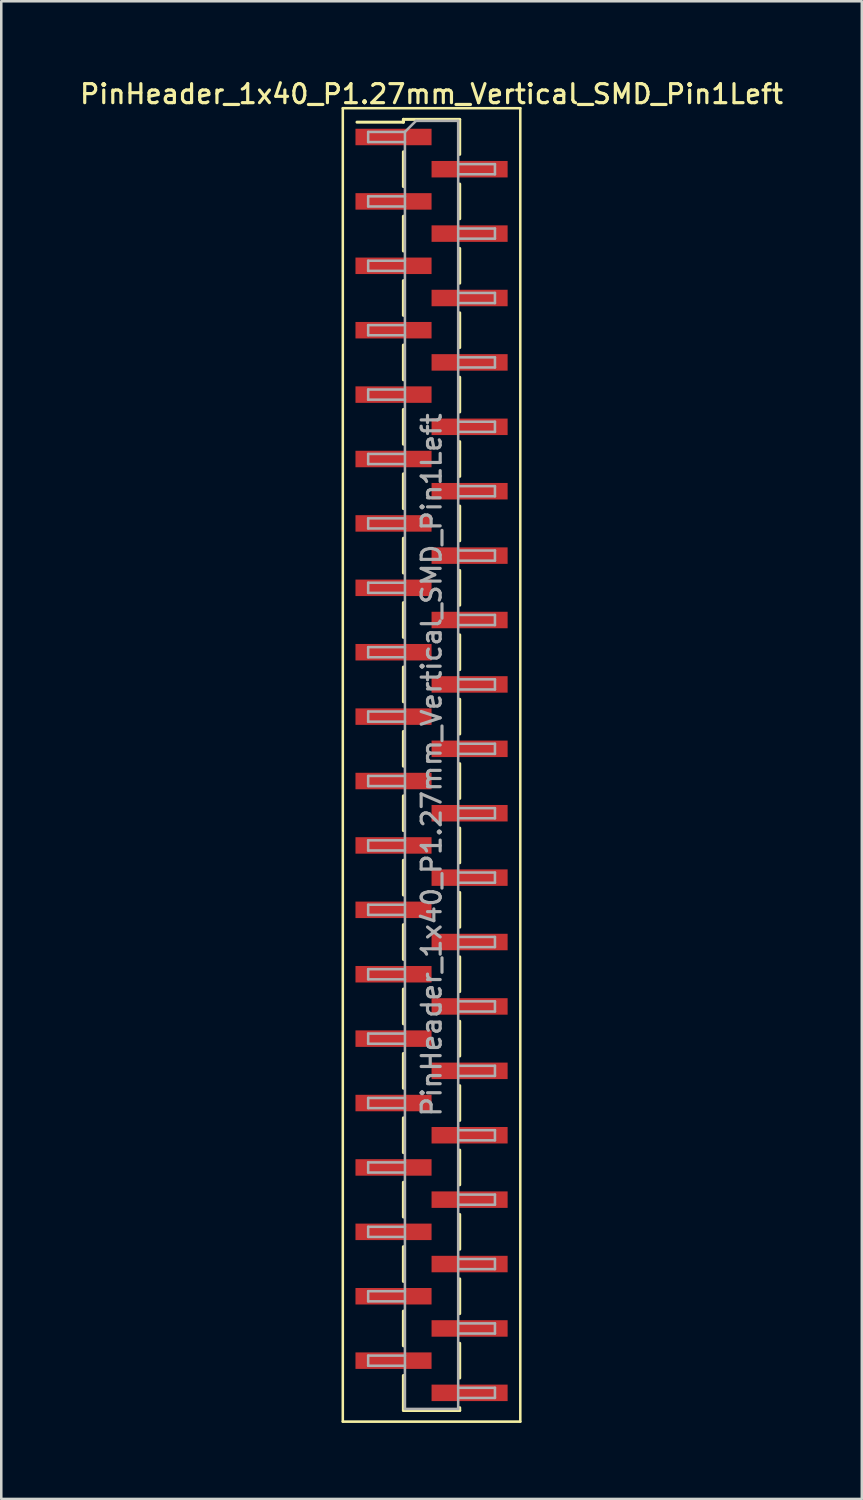
<source format=kicad_pcb>
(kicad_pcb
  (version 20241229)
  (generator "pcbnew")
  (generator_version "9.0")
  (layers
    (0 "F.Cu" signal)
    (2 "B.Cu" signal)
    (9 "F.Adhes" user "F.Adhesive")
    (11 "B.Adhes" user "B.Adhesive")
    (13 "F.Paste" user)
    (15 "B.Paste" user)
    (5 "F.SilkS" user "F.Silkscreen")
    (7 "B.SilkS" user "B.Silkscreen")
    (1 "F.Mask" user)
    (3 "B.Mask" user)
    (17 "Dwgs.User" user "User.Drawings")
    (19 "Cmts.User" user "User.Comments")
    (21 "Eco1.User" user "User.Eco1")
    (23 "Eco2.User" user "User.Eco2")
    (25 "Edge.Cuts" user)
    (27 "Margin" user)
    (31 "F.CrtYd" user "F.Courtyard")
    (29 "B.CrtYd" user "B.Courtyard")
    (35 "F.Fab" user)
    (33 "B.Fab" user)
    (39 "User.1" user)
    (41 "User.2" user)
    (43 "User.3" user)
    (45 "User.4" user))
  (footprint "PinHeader_1x40_P1.27mm_Vertical_SMD_Pin1Left"
    (layer "F.Cu")
    (at 13.97 27.118)
    (property "Reference" "PinHeader_1x40_P1.27mm_Vertical_SMD_Pin1Left" (at 0 -26.46 0) (layer "F.SilkS") (effects (font (size 0.75 0.75) (thickness 0.125))))
    (attr smd)
    (fp_line (start -3.5 -25.9) (end -3.5 25.9) (stroke (width 0.1) (type solid)) (layer "F.SilkS"))
    (fp_line (start -3.5 25.9) (end 3.5 25.9) (stroke (width 0.1) (type solid)) (layer "F.SilkS"))
    (fp_line (start -1.11 -25.46) (end -1.11 -25.35) (stroke (width 0.12) (type solid)) (layer "F.SilkS"))
    (fp_line (start -1.11 -25.46) (end 1.11 -25.46) (stroke (width 0.12) (type solid)) (layer "F.SilkS"))
    (fp_line (start -1.11 -25.35) (end -2.94 -25.35) (stroke (width 0.12) (type solid)) (layer "F.SilkS"))
    (fp_line (start -1.11 -24.18) (end -1.11 -22.81) (stroke (width 0.12) (type solid)) (layer "F.SilkS"))
    (fp_line (start -1.11 -21.64) (end -1.11 -20.27) (stroke (width 0.12) (type solid)) (layer "F.SilkS"))
    (fp_line (start -1.11 -19.1) (end -1.11 -17.73) (stroke (width 0.12) (type solid)) (layer "F.SilkS"))
    (fp_line (start -1.11 -16.56) (end -1.11 -15.19) (stroke (width 0.12) (type solid)) (layer "F.SilkS"))
    (fp_line (start -1.11 -14.02) (end -1.11 -12.65) (stroke (width 0.12) (type solid)) (layer "F.SilkS"))
    (fp_line (start -1.11 -11.48) (end -1.11 -10.11) (stroke (width 0.12) (type solid)) (layer "F.SilkS"))
    (fp_line (start -1.11 -8.94) (end -1.11 -7.57) (stroke (width 0.12) (type solid)) (layer "F.SilkS"))
    (fp_line (start -1.11 -6.4) (end -1.11 -5.03) (stroke (width 0.12) (type solid)) (layer "F.SilkS"))
    (fp_line (start -1.11 -3.86) (end -1.11 -2.49) (stroke (width 0.12) (type solid)) (layer "F.SilkS"))
    (fp_line (start -1.11 -1.32) (end -1.11 0.05) (stroke (width 0.12) (type solid)) (layer "F.SilkS"))
    (fp_line (start -1.11 1.22) (end -1.11 2.59) (stroke (width 0.12) (type solid)) (layer "F.SilkS"))
    (fp_line (start -1.11 3.76) (end -1.11 5.13) (stroke (width 0.12) (type solid)) (layer "F.SilkS"))
    (fp_line (start -1.11 6.3) (end -1.11 7.67) (stroke (width 0.12) (type solid)) (layer "F.SilkS"))
    (fp_line (start -1.11 8.84) (end -1.11 10.21) (stroke (width 0.12) (type solid)) (layer "F.SilkS"))
    (fp_line (start -1.11 11.38) (end -1.11 12.75) (stroke (width 0.12) (type solid)) (layer "F.SilkS"))
    (fp_line (start -1.11 13.92) (end -1.11 15.29) (stroke (width 0.12) (type solid)) (layer "F.SilkS"))
    (fp_line (start -1.11 16.46) (end -1.11 17.83) (stroke (width 0.12) (type solid)) (layer "F.SilkS"))
    (fp_line (start -1.11 19) (end -1.11 20.37) (stroke (width 0.12) (type solid)) (layer "F.SilkS"))
    (fp_line (start -1.11 21.54) (end -1.11 22.91) (stroke (width 0.12) (type solid)) (layer "F.SilkS"))
    (fp_line (start -1.11 24.08) (end -1.11 25.45) (stroke (width 0.12) (type solid)) (layer "F.SilkS"))
    (fp_line (start -1.11 25.46) (end 1.11 25.46) (stroke (width 0.12) (type solid)) (layer "F.SilkS"))
    (fp_line (start 1.11 -25.45) (end 1.11 -24.08) (stroke (width 0.12) (type solid)) (layer "F.SilkS"))
    (fp_line (start 1.11 -22.91) (end 1.11 -21.54) (stroke (width 0.12) (type solid)) (layer "F.SilkS"))
    (fp_line (start 1.11 -20.37) (end 1.11 -19) (stroke (width 0.12) (type solid)) (layer "F.SilkS"))
    (fp_line (start 1.11 -17.83) (end 1.11 -16.46) (stroke (width 0.12) (type solid)) (layer "F.SilkS"))
    (fp_line (start 1.11 -15.29) (end 1.11 -13.92) (stroke (width 0.12) (type solid)) (layer "F.SilkS"))
    (fp_line (start 1.11 -12.75) (end 1.11 -11.38) (stroke (width 0.12) (type solid)) (layer "F.SilkS"))
    (fp_line (start 1.11 -10.21) (end 1.11 -8.84) (stroke (width 0.12) (type solid)) (layer "F.SilkS"))
    (fp_line (start 1.11 -7.67) (end 1.11 -6.3) (stroke (width 0.12) (type solid)) (layer "F.SilkS"))
    (fp_line (start 1.11 -5.13) (end 1.11 -3.76) (stroke (width 0.12) (type solid)) (layer "F.SilkS"))
    (fp_line (start 1.11 -2.59) (end 1.11 -1.22) (stroke (width 0.12) (type solid)) (layer "F.SilkS"))
    (fp_line (start 1.11 -0.05) (end 1.11 1.32) (stroke (width 0.12) (type solid)) (layer "F.SilkS"))
    (fp_line (start 1.11 2.49) (end 1.11 3.86) (stroke (width 0.12) (type solid)) (layer "F.SilkS"))
    (fp_line (start 1.11 5.03) (end 1.11 6.4) (stroke (width 0.12) (type solid)) (layer "F.SilkS"))
    (fp_line (start 1.11 7.57) (end 1.11 8.94) (stroke (width 0.12) (type solid)) (layer "F.SilkS"))
    (fp_line (start 1.11 10.11) (end 1.11 11.48) (stroke (width 0.12) (type solid)) (layer "F.SilkS"))
    (fp_line (start 1.11 12.65) (end 1.11 14.02) (stroke (width 0.12) (type solid)) (layer "F.SilkS"))
    (fp_line (start 1.11 15.19) (end 1.11 16.56) (stroke (width 0.12) (type solid)) (layer "F.SilkS"))
    (fp_line (start 1.11 17.73) (end 1.11 19.1) (stroke (width 0.12) (type solid)) (layer "F.SilkS"))
    (fp_line (start 1.11 20.27) (end 1.11 21.64) (stroke (width 0.12) (type solid)) (layer "F.SilkS"))
    (fp_line (start 1.11 22.81) (end 1.11 24.18) (stroke (width 0.12) (type solid)) (layer "F.SilkS"))
    (fp_line (start 1.11 25.35) (end 1.11 25.46) (stroke (width 0.12) (type solid)) (layer "F.SilkS"))
    (fp_line (start 3.5 -25.9) (end -3.5 -25.9) (stroke (width 0.1) (type solid)) (layer "F.SilkS"))
    (fp_line (start 3.5 25.9) (end 3.5 -25.9) (stroke (width 0.1) (type solid)) (layer "F.SilkS"))
    (fp_line (start -2.5 -24.965) (end -2.5 -24.565) (stroke (width 0.1) (type solid)) (layer "F.Fab"))
    (fp_line (start -2.5 -24.565) (end -1.05 -24.565) (stroke (width 0.1) (type solid)) (layer "F.Fab"))
    (fp_line (start -2.5 -22.425) (end -2.5 -22.025) (stroke (width 0.1) (type solid)) (layer "F.Fab"))
    (fp_line (start -2.5 -22.025) (end -1.05 -22.025) (stroke (width 0.1) (type solid)) (layer "F.Fab"))
    (fp_line (start -2.5 -19.885) (end -2.5 -19.485) (stroke (width 0.1) (type solid)) (layer "F.Fab"))
    (fp_line (start -2.5 -19.485) (end -1.05 -19.485) (stroke (width 0.1) (type solid)) (layer "F.Fab"))
    (fp_line (start -2.5 -17.345) (end -2.5 -16.945) (stroke (width 0.1) (type solid)) (layer "F.Fab"))
    (fp_line (start -2.5 -16.945) (end -1.05 -16.945) (stroke (width 0.1) (type solid)) (layer "F.Fab"))
    (fp_line (start -2.5 -14.805) (end -2.5 -14.405) (stroke (width 0.1) (type solid)) (layer "F.Fab"))
    (fp_line (start -2.5 -14.405) (end -1.05 -14.405) (stroke (width 0.1) (type solid)) (layer "F.Fab"))
    (fp_line (start -2.5 -12.265) (end -2.5 -11.865) (stroke (width 0.1) (type solid)) (layer "F.Fab"))
    (fp_line (start -2.5 -11.865) (end -1.05 -11.865) (stroke (width 0.1) (type solid)) (layer "F.Fab"))
    (fp_line (start -2.5 -9.725) (end -2.5 -9.325) (stroke (width 0.1) (type solid)) (layer "F.Fab"))
    (fp_line (start -2.5 -9.325) (end -1.05 -9.325) (stroke (width 0.1) (type solid)) (layer "F.Fab"))
    (fp_line (start -2.5 -7.185) (end -2.5 -6.785) (stroke (width 0.1) (type solid)) (layer "F.Fab"))
    (fp_line (start -2.5 -6.785) (end -1.05 -6.785) (stroke (width 0.1) (type solid)) (layer "F.Fab"))
    (fp_line (start -2.5 -4.645) (end -2.5 -4.245) (stroke (width 0.1) (type solid)) (layer "F.Fab"))
    (fp_line (start -2.5 -4.245) (end -1.05 -4.245) (stroke (width 0.1) (type solid)) (layer "F.Fab"))
    (fp_line (start -2.5 -2.105) (end -2.5 -1.705) (stroke (width 0.1) (type solid)) (layer "F.Fab"))
    (fp_line (start -2.5 -1.705) (end -1.05 -1.705) (stroke (width 0.1) (type solid)) (layer "F.Fab"))
    (fp_line (start -2.5 0.435) (end -2.5 0.835) (stroke (width 0.1) (type solid)) (layer "F.Fab"))
    (fp_line (start -2.5 0.835) (end -1.05 0.835) (stroke (width 0.1) (type solid)) (layer "F.Fab"))
    (fp_line (start -2.5 2.975) (end -2.5 3.375) (stroke (width 0.1) (type solid)) (layer "F.Fab"))
    (fp_line (start -2.5 3.375) (end -1.05 3.375) (stroke (width 0.1) (type solid)) (layer "F.Fab"))
    (fp_line (start -2.5 5.515) (end -2.5 5.915) (stroke (width 0.1) (type solid)) (layer "F.Fab"))
    (fp_line (start -2.5 5.915) (end -1.05 5.915) (stroke (width 0.1) (type solid)) (layer "F.Fab"))
    (fp_line (start -2.5 8.055) (end -2.5 8.455) (stroke (width 0.1) (type solid)) (layer "F.Fab"))
    (fp_line (start -2.5 8.455) (end -1.05 8.455) (stroke (width 0.1) (type solid)) (layer "F.Fab"))
    (fp_line (start -2.5 10.595) (end -2.5 10.995) (stroke (width 0.1) (type solid)) (layer "F.Fab"))
    (fp_line (start -2.5 10.995) (end -1.05 10.995) (stroke (width 0.1) (type solid)) (layer "F.Fab"))
    (fp_line (start -2.5 13.135) (end -2.5 13.535) (stroke (width 0.1) (type solid)) (layer "F.Fab"))
    (fp_line (start -2.5 13.535) (end -1.05 13.535) (stroke (width 0.1) (type solid)) (layer "F.Fab"))
    (fp_line (start -2.5 15.675) (end -2.5 16.075) (stroke (width 0.1) (type solid)) (layer "F.Fab"))
    (fp_line (start -2.5 16.075) (end -1.05 16.075) (stroke (width 0.1) (type solid)) (layer "F.Fab"))
    (fp_line (start -2.5 18.215) (end -2.5 18.615) (stroke (width 0.1) (type solid)) (layer "F.Fab"))
    (fp_line (start -2.5 18.615) (end -1.05 18.615) (stroke (width 0.1) (type solid)) (layer "F.Fab"))
    (fp_line (start -2.5 20.755) (end -2.5 21.155) (stroke (width 0.1) (type solid)) (layer "F.Fab"))
    (fp_line (start -2.5 21.155) (end -1.05 21.155) (stroke (width 0.1) (type solid)) (layer "F.Fab"))
    (fp_line (start -2.5 23.295) (end -2.5 23.695) (stroke (width 0.1) (type solid)) (layer "F.Fab"))
    (fp_line (start -2.5 23.695) (end -1.05 23.695) (stroke (width 0.1) (type solid)) (layer "F.Fab"))
    (fp_line (start -1.05 -24.965) (end -2.5 -24.965) (stroke (width 0.1) (type solid)) (layer "F.Fab"))
    (fp_line (start -1.05 -24.965) (end -0.615 -25.4) (stroke (width 0.1) (type solid)) (layer "F.Fab"))
    (fp_line (start -1.05 -22.425) (end -2.5 -22.425) (stroke (width 0.1) (type solid)) (layer "F.Fab"))
    (fp_line (start -1.05 -19.885) (end -2.5 -19.885) (stroke (width 0.1) (type solid)) (layer "F.Fab"))
    (fp_line (start -1.05 -17.345) (end -2.5 -17.345) (stroke (width 0.1) (type solid)) (layer "F.Fab"))
    (fp_line (start -1.05 -14.805) (end -2.5 -14.805) (stroke (width 0.1) (type solid)) (layer "F.Fab"))
    (fp_line (start -1.05 -12.265) (end -2.5 -12.265) (stroke (width 0.1) (type solid)) (layer "F.Fab"))
    (fp_line (start -1.05 -9.725) (end -2.5 -9.725) (stroke (width 0.1) (type solid)) (layer "F.Fab"))
    (fp_line (start -1.05 -7.185) (end -2.5 -7.185) (stroke (width 0.1) (type solid)) (layer "F.Fab"))
    (fp_line (start -1.05 -4.645) (end -2.5 -4.645) (stroke (width 0.1) (type solid)) (layer "F.Fab"))
    (fp_line (start -1.05 -2.105) (end -2.5 -2.105) (stroke (width 0.1) (type solid)) (layer "F.Fab"))
    (fp_line (start -1.05 0.435) (end -2.5 0.435) (stroke (width 0.1) (type solid)) (layer "F.Fab"))
    (fp_line (start -1.05 2.975) (end -2.5 2.975) (stroke (width 0.1) (type solid)) (layer "F.Fab"))
    (fp_line (start -1.05 5.515) (end -2.5 5.515) (stroke (width 0.1) (type solid)) (layer "F.Fab"))
    (fp_line (start -1.05 8.055) (end -2.5 8.055) (stroke (width 0.1) (type solid)) (layer "F.Fab"))
    (fp_line (start -1.05 10.595) (end -2.5 10.595) (stroke (width 0.1) (type solid)) (layer "F.Fab"))
    (fp_line (start -1.05 13.135) (end -2.5 13.135) (stroke (width 0.1) (type solid)) (layer "F.Fab"))
    (fp_line (start -1.05 15.675) (end -2.5 15.675) (stroke (width 0.1) (type solid)) (layer "F.Fab"))
    (fp_line (start -1.05 18.215) (end -2.5 18.215) (stroke (width 0.1) (type solid)) (layer "F.Fab"))
    (fp_line (start -1.05 20.755) (end -2.5 20.755) (stroke (width 0.1) (type solid)) (layer "F.Fab"))
    (fp_line (start -1.05 23.295) (end -2.5 23.295) (stroke (width 0.1) (type solid)) (layer "F.Fab"))
    (fp_line (start -1.05 25.4) (end -1.05 -24.965) (stroke (width 0.1) (type solid)) (layer "F.Fab"))
    (fp_line (start -0.615 -25.4) (end 1.05 -25.4) (stroke (width 0.1) (type solid)) (layer "F.Fab"))
    (fp_line (start 1.05 -25.4) (end 1.05 25.4) (stroke (width 0.1) (type solid)) (layer "F.Fab"))
    (fp_line (start 1.05 -23.695) (end 2.5 -23.695) (stroke (width 0.1) (type solid)) (layer "F.Fab"))
    (fp_line (start 1.05 -21.155) (end 2.5 -21.155) (stroke (width 0.1) (type solid)) (layer "F.Fab"))
    (fp_line (start 1.05 -18.615) (end 2.5 -18.615) (stroke (width 0.1) (type solid)) (layer "F.Fab"))
    (fp_line (start 1.05 -16.075) (end 2.5 -16.075) (stroke (width 0.1) (type solid)) (layer "F.Fab"))
    (fp_line (start 1.05 -13.535) (end 2.5 -13.535) (stroke (width 0.1) (type solid)) (layer "F.Fab"))
    (fp_line (start 1.05 -10.995) (end 2.5 -10.995) (stroke (width 0.1) (type solid)) (layer "F.Fab"))
    (fp_line (start 1.05 -8.455) (end 2.5 -8.455) (stroke (width 0.1) (type solid)) (layer "F.Fab"))
    (fp_line (start 1.05 -5.915) (end 2.5 -5.915) (stroke (width 0.1) (type solid)) (layer "F.Fab"))
    (fp_line (start 1.05 -3.375) (end 2.5 -3.375) (stroke (width 0.1) (type solid)) (layer "F.Fab"))
    (fp_line (start 1.05 -0.835) (end 2.5 -0.835) (stroke (width 0.1) (type solid)) (layer "F.Fab"))
    (fp_line (start 1.05 1.705) (end 2.5 1.705) (stroke (width 0.1) (type solid)) (layer "F.Fab"))
    (fp_line (start 1.05 4.245) (end 2.5 4.245) (stroke (width 0.1) (type solid)) (layer "F.Fab"))
    (fp_line (start 1.05 6.785) (end 2.5 6.785) (stroke (width 0.1) (type solid)) (layer "F.Fab"))
    (fp_line (start 1.05 9.325) (end 2.5 9.325) (stroke (width 0.1) (type solid)) (layer "F.Fab"))
    (fp_line (start 1.05 11.865) (end 2.5 11.865) (stroke (width 0.1) (type solid)) (layer "F.Fab"))
    (fp_line (start 1.05 14.405) (end 2.5 14.405) (stroke (width 0.1) (type solid)) (layer "F.Fab"))
    (fp_line (start 1.05 16.945) (end 2.5 16.945) (stroke (width 0.1) (type solid)) (layer "F.Fab"))
    (fp_line (start 1.05 19.485) (end 2.5 19.485) (stroke (width 0.1) (type solid)) (layer "F.Fab"))
    (fp_line (start 1.05 22.025) (end 2.5 22.025) (stroke (width 0.1) (type solid)) (layer "F.Fab"))
    (fp_line (start 1.05 24.565) (end 2.5 24.565) (stroke (width 0.1) (type solid)) (layer "F.Fab"))
    (fp_line (start 1.05 25.4) (end -1.05 25.4) (stroke (width 0.1) (type solid)) (layer "F.Fab"))
    (fp_line (start 2.5 -23.695) (end 2.5 -23.295) (stroke (width 0.1) (type solid)) (layer "F.Fab"))
    (fp_line (start 2.5 -23.295) (end 1.05 -23.295) (stroke (width 0.1) (type solid)) (layer "F.Fab"))
    (fp_line (start 2.5 -21.155) (end 2.5 -20.755) (stroke (width 0.1) (type solid)) (layer "F.Fab"))
    (fp_line (start 2.5 -20.755) (end 1.05 -20.755) (stroke (width 0.1) (type solid)) (layer "F.Fab"))
    (fp_line (start 2.5 -18.615) (end 2.5 -18.215) (stroke (width 0.1) (type solid)) (layer "F.Fab"))
    (fp_line (start 2.5 -18.215) (end 1.05 -18.215) (stroke (width 0.1) (type solid)) (layer "F.Fab"))
    (fp_line (start 2.5 -16.075) (end 2.5 -15.675) (stroke (width 0.1) (type solid)) (layer "F.Fab"))
    (fp_line (start 2.5 -15.675) (end 1.05 -15.675) (stroke (width 0.1) (type solid)) (layer "F.Fab"))
    (fp_line (start 2.5 -13.535) (end 2.5 -13.135) (stroke (width 0.1) (type solid)) (layer "F.Fab"))
    (fp_line (start 2.5 -13.135) (end 1.05 -13.135) (stroke (width 0.1) (type solid)) (layer "F.Fab"))
    (fp_line (start 2.5 -10.995) (end 2.5 -10.595) (stroke (width 0.1) (type solid)) (layer "F.Fab"))
    (fp_line (start 2.5 -10.595) (end 1.05 -10.595) (stroke (width 0.1) (type solid)) (layer "F.Fab"))
    (fp_line (start 2.5 -8.455) (end 2.5 -8.055) (stroke (width 0.1) (type solid)) (layer "F.Fab"))
    (fp_line (start 2.5 -8.055) (end 1.05 -8.055) (stroke (width 0.1) (type solid)) (layer "F.Fab"))
    (fp_line (start 2.5 -5.915) (end 2.5 -5.515) (stroke (width 0.1) (type solid)) (layer "F.Fab"))
    (fp_line (start 2.5 -5.515) (end 1.05 -5.515) (stroke (width 0.1) (type solid)) (layer "F.Fab"))
    (fp_line (start 2.5 -3.375) (end 2.5 -2.975) (stroke (width 0.1) (type solid)) (layer "F.Fab"))
    (fp_line (start 2.5 -2.975) (end 1.05 -2.975) (stroke (width 0.1) (type solid)) (layer "F.Fab"))
    (fp_line (start 2.5 -0.835) (end 2.5 -0.435) (stroke (width 0.1) (type solid)) (layer "F.Fab"))
    (fp_line (start 2.5 -0.435) (end 1.05 -0.435) (stroke (width 0.1) (type solid)) (layer "F.Fab"))
    (fp_line (start 2.5 1.705) (end 2.5 2.105) (stroke (width 0.1) (type solid)) (layer "F.Fab"))
    (fp_line (start 2.5 2.105) (end 1.05 2.105) (stroke (width 0.1) (type solid)) (layer "F.Fab"))
    (fp_line (start 2.5 4.245) (end 2.5 4.645) (stroke (width 0.1) (type solid)) (layer "F.Fab"))
    (fp_line (start 2.5 4.645) (end 1.05 4.645) (stroke (width 0.1) (type solid)) (layer "F.Fab"))
    (fp_line (start 2.5 6.785) (end 2.5 7.185) (stroke (width 0.1) (type solid)) (layer "F.Fab"))
    (fp_line (start 2.5 7.185) (end 1.05 7.185) (stroke (width 0.1) (type solid)) (layer "F.Fab"))
    (fp_line (start 2.5 9.325) (end 2.5 9.725) (stroke (width 0.1) (type solid)) (layer "F.Fab"))
    (fp_line (start 2.5 9.725) (end 1.05 9.725) (stroke (width 0.1) (type solid)) (layer "F.Fab"))
    (fp_line (start 2.5 11.865) (end 2.5 12.265) (stroke (width 0.1) (type solid)) (layer "F.Fab"))
    (fp_line (start 2.5 12.265) (end 1.05 12.265) (stroke (width 0.1) (type solid)) (layer "F.Fab"))
    (fp_line (start 2.5 14.405) (end 2.5 14.805) (stroke (width 0.1) (type solid)) (layer "F.Fab"))
    (fp_line (start 2.5 14.805) (end 1.05 14.805) (stroke (width 0.1) (type solid)) (layer "F.Fab"))
    (fp_line (start 2.5 16.945) (end 2.5 17.345) (stroke (width 0.1) (type solid)) (layer "F.Fab"))
    (fp_line (start 2.5 17.345) (end 1.05 17.345) (stroke (width 0.1) (type solid)) (layer "F.Fab"))
    (fp_line (start 2.5 19.485) (end 2.5 19.885) (stroke (width 0.1) (type solid)) (layer "F.Fab"))
    (fp_line (start 2.5 19.885) (end 1.05 19.885) (stroke (width 0.1) (type solid)) (layer "F.Fab"))
    (fp_line (start 2.5 22.025) (end 2.5 22.425) (stroke (width 0.1) (type solid)) (layer "F.Fab"))
    (fp_line (start 2.5 22.425) (end 1.05 22.425) (stroke (width 0.1) (type solid)) (layer "F.Fab"))
    (fp_line (start 2.5 24.565) (end 2.5 24.965) (stroke (width 0.1) (type solid)) (layer "F.Fab"))
    (fp_line (start 2.5 24.965) (end 1.05 24.965) (stroke (width 0.1) (type solid)) (layer "F.Fab"))
    (fp_text user "${REFERENCE}" (at 0 0 90) (layer "F.Fab") (effects (font (size 0.75 0.75) (thickness 0.125))))
    (pad "1" smd rect (at -1.5 -24.765) (size 3 0.65) (layers "F.Cu" "F.Mask" "F.Paste"))
    (pad "2" smd rect (at 1.5 -23.495) (size 3 0.65) (layers "F.Cu" "F.Mask" "F.Paste"))
    (pad "3" smd rect (at -1.5 -22.225) (size 3 0.65) (layers "F.Cu" "F.Mask" "F.Paste"))
    (pad "4" smd rect (at 1.5 -20.955) (size 3 0.65) (layers "F.Cu" "F.Mask" "F.Paste"))
    (pad "5" smd rect (at -1.5 -19.685) (size 3 0.65) (layers "F.Cu" "F.Mask" "F.Paste"))
    (pad "6" smd rect (at 1.5 -18.415) (size 3 0.65) (layers "F.Cu" "F.Mask" "F.Paste"))
    (pad "7" smd rect (at -1.5 -17.145) (size 3 0.65) (layers "F.Cu" "F.Mask" "F.Paste"))
    (pad "8" smd rect (at 1.5 -15.875) (size 3 0.65) (layers "F.Cu" "F.Mask" "F.Paste"))
    (pad "9" smd rect (at -1.5 -14.605) (size 3 0.65) (layers "F.Cu" "F.Mask" "F.Paste"))
    (pad "10" smd rect (at 1.5 -13.335) (size 3 0.65) (layers "F.Cu" "F.Mask" "F.Paste"))
    (pad "11" smd rect (at -1.5 -12.065) (size 3 0.65) (layers "F.Cu" "F.Mask" "F.Paste"))
    (pad "12" smd rect (at 1.5 -10.795) (size 3 0.65) (layers "F.Cu" "F.Mask" "F.Paste"))
    (pad "13" smd rect (at -1.5 -9.525) (size 3 0.65) (layers "F.Cu" "F.Mask" "F.Paste"))
    (pad "14" smd rect (at 1.5 -8.255) (size 3 0.65) (layers "F.Cu" "F.Mask" "F.Paste"))
    (pad "15" smd rect (at -1.5 -6.985) (size 3 0.65) (layers "F.Cu" "F.Mask" "F.Paste"))
    (pad "16" smd rect (at 1.5 -5.715) (size 3 0.65) (layers "F.Cu" "F.Mask" "F.Paste"))
    (pad "17" smd rect (at -1.5 -4.445) (size 3 0.65) (layers "F.Cu" "F.Mask" "F.Paste"))
    (pad "18" smd rect (at 1.5 -3.175) (size 3 0.65) (layers "F.Cu" "F.Mask" "F.Paste"))
    (pad "19" smd rect (at -1.5 -1.905) (size 3 0.65) (layers "F.Cu" "F.Mask" "F.Paste"))
    (pad "20" smd rect (at 1.5 -0.635) (size 3 0.65) (layers "F.Cu" "F.Mask" "F.Paste"))
    (pad "21" smd rect (at -1.5 0.635) (size 3 0.65) (layers "F.Cu" "F.Mask" "F.Paste"))
    (pad "22" smd rect (at 1.5 1.905) (size 3 0.65) (layers "F.Cu" "F.Mask" "F.Paste"))
    (pad "23" smd rect (at -1.5 3.175) (size 3 0.65) (layers "F.Cu" "F.Mask" "F.Paste"))
    (pad "24" smd rect (at 1.5 4.445) (size 3 0.65) (layers "F.Cu" "F.Mask" "F.Paste"))
    (pad "25" smd rect (at -1.5 5.715) (size 3 0.65) (layers "F.Cu" "F.Mask" "F.Paste"))
    (pad "26" smd rect (at 1.5 6.985) (size 3 0.65) (layers "F.Cu" "F.Mask" "F.Paste"))
    (pad "27" smd rect (at -1.5 8.255) (size 3 0.65) (layers "F.Cu" "F.Mask" "F.Paste"))
    (pad "28" smd rect (at 1.5 9.525) (size 3 0.65) (layers "F.Cu" "F.Mask" "F.Paste"))
    (pad "29" smd rect (at -1.5 10.795) (size 3 0.65) (layers "F.Cu" "F.Mask" "F.Paste"))
    (pad "30" smd rect (at 1.5 12.065) (size 3 0.65) (layers "F.Cu" "F.Mask" "F.Paste"))
    (pad "31" smd rect (at -1.5 13.335) (size 3 0.65) (layers "F.Cu" "F.Mask" "F.Paste"))
    (pad "32" smd rect (at 1.5 14.605) (size 3 0.65) (layers "F.Cu" "F.Mask" "F.Paste"))
    (pad "33" smd rect (at -1.5 15.875) (size 3 0.65) (layers "F.Cu" "F.Mask" "F.Paste"))
    (pad "34" smd rect (at 1.5 17.145) (size 3 0.65) (layers "F.Cu" "F.Mask" "F.Paste"))
    (pad "35" smd rect (at -1.5 18.415) (size 3 0.65) (layers "F.Cu" "F.Mask" "F.Paste"))
    (pad "36" smd rect (at 1.5 19.685) (size 3 0.65) (layers "F.Cu" "F.Mask" "F.Paste"))
    (pad "37" smd rect (at -1.5 20.955) (size 3 0.65) (layers "F.Cu" "F.Mask" "F.Paste"))
    (pad "38" smd rect (at 1.5 22.225) (size 3 0.65) (layers "F.Cu" "F.Mask" "F.Paste"))
    (pad "39" smd rect (at -1.5 23.495) (size 3 0.65) (layers "F.Cu" "F.Mask" "F.Paste"))
    (pad "40" smd rect (at 1.5 24.765) (size 3 0.65) (layers "F.Cu" "F.Mask" "F.Paste")))
  (gr_rect
    (start -3 -3)
    (end 30.939 56.068)
    (stroke (width 0.1) (type default))
    (fill no)
    (layer "Edge.Cuts")))
</source>
